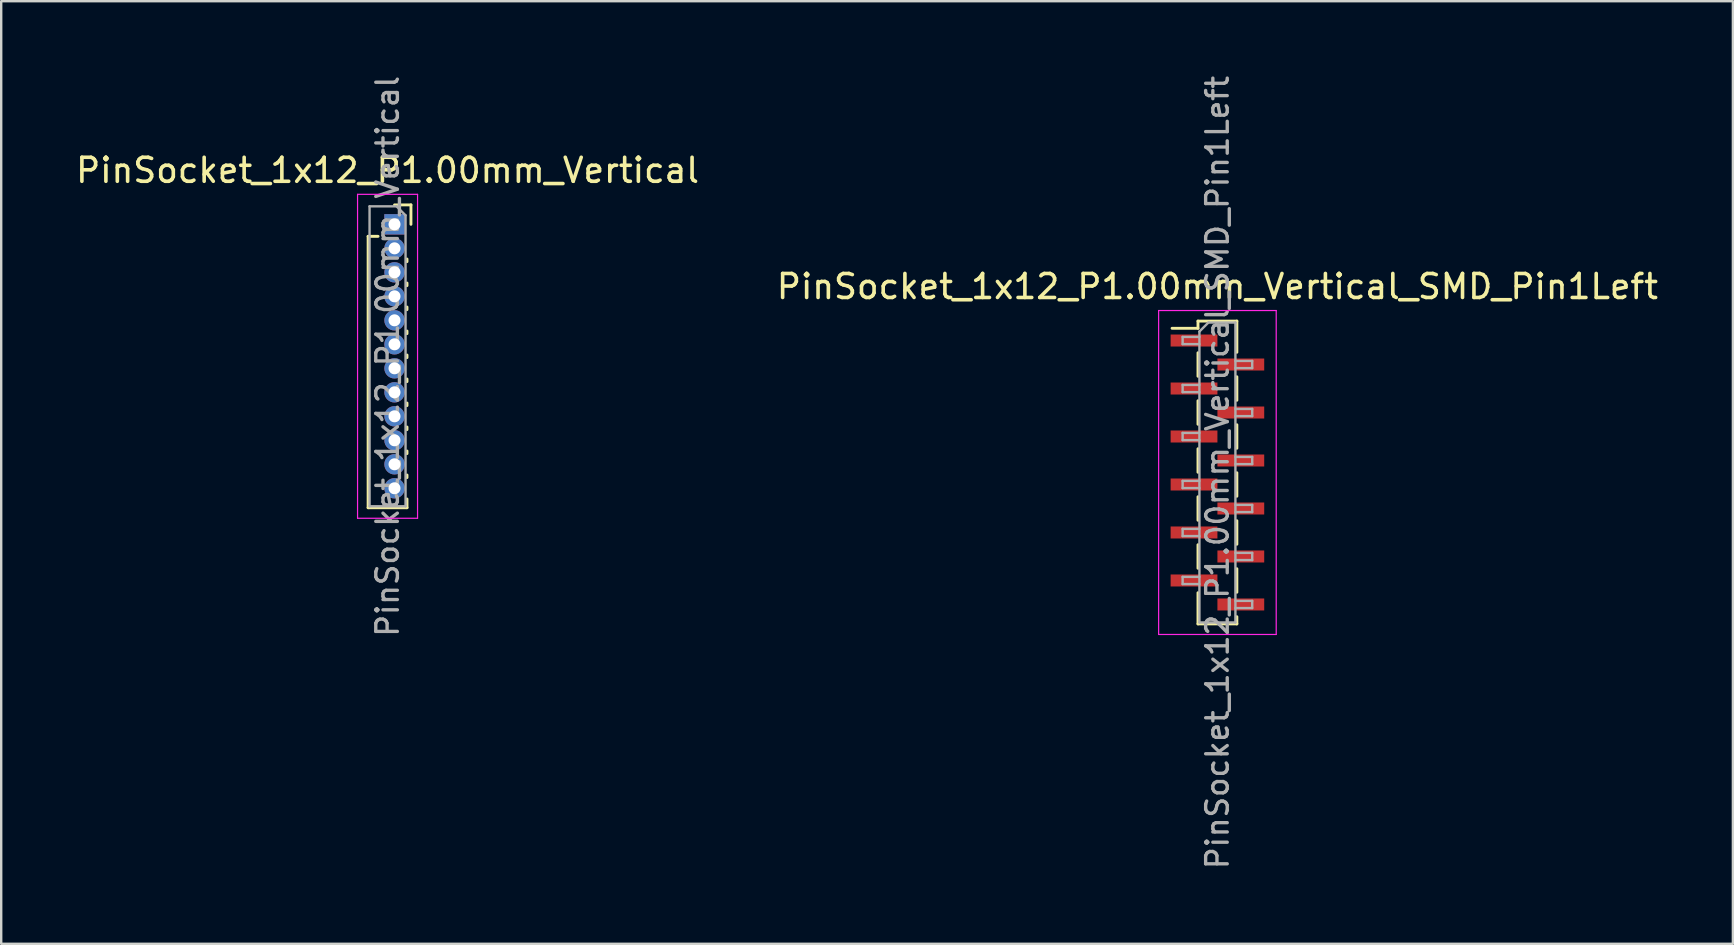
<source format=kicad_pcb>
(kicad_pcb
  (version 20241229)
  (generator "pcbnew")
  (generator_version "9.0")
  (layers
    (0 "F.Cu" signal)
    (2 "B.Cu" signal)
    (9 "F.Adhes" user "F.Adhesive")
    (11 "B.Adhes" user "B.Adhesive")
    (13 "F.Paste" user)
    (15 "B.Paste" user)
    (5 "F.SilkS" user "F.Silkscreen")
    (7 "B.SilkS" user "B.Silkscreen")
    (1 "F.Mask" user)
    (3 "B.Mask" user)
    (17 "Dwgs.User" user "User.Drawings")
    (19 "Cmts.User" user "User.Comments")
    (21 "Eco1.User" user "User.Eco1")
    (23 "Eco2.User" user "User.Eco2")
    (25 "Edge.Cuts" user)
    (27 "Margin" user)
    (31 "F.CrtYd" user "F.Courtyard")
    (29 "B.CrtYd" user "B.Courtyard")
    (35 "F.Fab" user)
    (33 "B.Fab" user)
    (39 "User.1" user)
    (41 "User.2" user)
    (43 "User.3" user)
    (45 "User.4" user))
  (footprint "PinSocket_1x12_P1.00mm_Vertical_SMD_Pin1Left"
    (layer "F.Cu")
    (at 47.685 16.641)
    (property "Reference" "PinSocket_1x12_P1.00mm_Vertical_SMD_Pin1Left" (at 0 -7.75 0) (layer "F.SilkS") (effects (font (size 1 1) (thickness 0.15))))
    (attr smd)
    (fp_line (start -1.89 -6.01) (end -0.81 -6.01) (stroke (width 0.12) (type solid)) (layer "F.SilkS"))
    (fp_line (start -0.81 -6.31) (end -0.81 -6.01) (stroke (width 0.12) (type solid)) (layer "F.SilkS"))
    (fp_line (start -0.81 -6.31) (end 0.81 -6.31) (stroke (width 0.12) (type solid)) (layer "F.SilkS"))
    (fp_line (start -0.81 -4.99) (end -0.81 -4.01) (stroke (width 0.12) (type solid)) (layer "F.SilkS"))
    (fp_line (start -0.81 -2.99) (end -0.81 -2.01) (stroke (width 0.12) (type solid)) (layer "F.SilkS"))
    (fp_line (start -0.81 -0.99) (end -0.81 -0.01) (stroke (width 0.12) (type solid)) (layer "F.SilkS"))
    (fp_line (start -0.81 1.01) (end -0.81 1.99) (stroke (width 0.12) (type solid)) (layer "F.SilkS"))
    (fp_line (start -0.81 3.01) (end -0.81 3.99) (stroke (width 0.12) (type solid)) (layer "F.SilkS"))
    (fp_line (start -0.81 5.01) (end -0.81 6.31) (stroke (width 0.12) (type solid)) (layer "F.SilkS"))
    (fp_line (start -0.81 6.31) (end 0.81 6.31) (stroke (width 0.12) (type solid)) (layer "F.SilkS"))
    (fp_line (start 0.81 -6.31) (end 0.81 -5.01) (stroke (width 0.12) (type solid)) (layer "F.SilkS"))
    (fp_line (start 0.81 -3.99) (end 0.81 -3.01) (stroke (width 0.12) (type solid)) (layer "F.SilkS"))
    (fp_line (start 0.81 -1.99) (end 0.81 -1.01) (stroke (width 0.12) (type solid)) (layer "F.SilkS"))
    (fp_line (start 0.81 0.01) (end 0.81 0.99) (stroke (width 0.12) (type solid)) (layer "F.SilkS"))
    (fp_line (start 0.81 2.01) (end 0.81 2.99) (stroke (width 0.12) (type solid)) (layer "F.SilkS"))
    (fp_line (start 0.81 4.01) (end 0.81 4.99) (stroke (width 0.12) (type solid)) (layer "F.SilkS"))
    (fp_line (start 0.81 6.01) (end 0.81 6.31) (stroke (width 0.12) (type solid)) (layer "F.SilkS"))
    (fp_line (start -2.45 -6.75) (end 2.45 -6.75) (stroke (width 0.05) (type solid)) (layer "F.CrtYd"))
    (fp_line (start -2.45 6.75) (end -2.45 -6.75) (stroke (width 0.05) (type solid)) (layer "F.CrtYd"))
    (fp_line (start 2.45 -6.75) (end 2.45 6.75) (stroke (width 0.05) (type solid)) (layer "F.CrtYd"))
    (fp_line (start 2.45 6.75) (end -2.45 6.75) (stroke (width 0.05) (type solid)) (layer "F.CrtYd"))
    (fp_line (start -1.45 -5.65) (end -0.75 -5.65) (stroke (width 0.1) (type solid)) (layer "F.Fab"))
    (fp_line (start -1.45 -5.35) (end -1.45 -5.65) (stroke (width 0.1) (type solid)) (layer "F.Fab"))
    (fp_line (start -1.45 -3.65) (end -0.75 -3.65) (stroke (width 0.1) (type solid)) (layer "F.Fab"))
    (fp_line (start -1.45 -3.35) (end -1.45 -3.65) (stroke (width 0.1) (type solid)) (layer "F.Fab"))
    (fp_line (start -1.45 -1.65) (end -0.75 -1.65) (stroke (width 0.1) (type solid)) (layer "F.Fab"))
    (fp_line (start -1.45 -1.35) (end -1.45 -1.65) (stroke (width 0.1) (type solid)) (layer "F.Fab"))
    (fp_line (start -1.45 0.35) (end -0.75 0.35) (stroke (width 0.1) (type solid)) (layer "F.Fab"))
    (fp_line (start -1.45 0.65) (end -1.45 0.35) (stroke (width 0.1) (type solid)) (layer "F.Fab"))
    (fp_line (start -1.45 2.35) (end -0.75 2.35) (stroke (width 0.1) (type solid)) (layer "F.Fab"))
    (fp_line (start -1.45 2.65) (end -1.45 2.35) (stroke (width 0.1) (type solid)) (layer "F.Fab"))
    (fp_line (start -1.45 4.35) (end -0.75 4.35) (stroke (width 0.1) (type solid)) (layer "F.Fab"))
    (fp_line (start -1.45 4.65) (end -1.45 4.35) (stroke (width 0.1) (type solid)) (layer "F.Fab"))
    (fp_line (start -0.75 -5.875) (end -0.375 -6.25) (stroke (width 0.1) (type solid)) (layer "F.Fab"))
    (fp_line (start -0.75 -5.35) (end -1.45 -5.35) (stroke (width 0.1) (type solid)) (layer "F.Fab"))
    (fp_line (start -0.75 -3.35) (end -1.45 -3.35) (stroke (width 0.1) (type solid)) (layer "F.Fab"))
    (fp_line (start -0.75 -1.35) (end -1.45 -1.35) (stroke (width 0.1) (type solid)) (layer "F.Fab"))
    (fp_line (start -0.75 0.65) (end -1.45 0.65) (stroke (width 0.1) (type solid)) (layer "F.Fab"))
    (fp_line (start -0.75 2.65) (end -1.45 2.65) (stroke (width 0.1) (type solid)) (layer "F.Fab"))
    (fp_line (start -0.75 4.65) (end -1.45 4.65) (stroke (width 0.1) (type solid)) (layer "F.Fab"))
    (fp_line (start -0.75 6.25) (end -0.75 -5.875) (stroke (width 0.1) (type solid)) (layer "F.Fab"))
    (fp_line (start -0.375 -6.25) (end 0.75 -6.25) (stroke (width 0.1) (type solid)) (layer "F.Fab"))
    (fp_line (start 0.75 -6.25) (end 0.75 6.25) (stroke (width 0.1) (type solid)) (layer "F.Fab"))
    (fp_line (start 0.75 -4.65) (end 1.45 -4.65) (stroke (width 0.1) (type solid)) (layer "F.Fab"))
    (fp_line (start 0.75 -2.65) (end 1.45 -2.65) (stroke (width 0.1) (type solid)) (layer "F.Fab"))
    (fp_line (start 0.75 -0.65) (end 1.45 -0.65) (stroke (width 0.1) (type solid)) (layer "F.Fab"))
    (fp_line (start 0.75 1.35) (end 1.45 1.35) (stroke (width 0.1) (type solid)) (layer "F.Fab"))
    (fp_line (start 0.75 3.35) (end 1.45 3.35) (stroke (width 0.1) (type solid)) (layer "F.Fab"))
    (fp_line (start 0.75 5.35) (end 1.45 5.35) (stroke (width 0.1) (type solid)) (layer "F.Fab"))
    (fp_line (start 0.75 6.25) (end -0.75 6.25) (stroke (width 0.1) (type solid)) (layer "F.Fab"))
    (fp_line (start 1.45 -4.65) (end 1.45 -4.35) (stroke (width 0.1) (type solid)) (layer "F.Fab"))
    (fp_line (start 1.45 -4.35) (end 0.75 -4.35) (stroke (width 0.1) (type solid)) (layer "F.Fab"))
    (fp_line (start 1.45 -2.65) (end 1.45 -2.35) (stroke (width 0.1) (type solid)) (layer "F.Fab"))
    (fp_line (start 1.45 -2.35) (end 0.75 -2.35) (stroke (width 0.1) (type solid)) (layer "F.Fab"))
    (fp_line (start 1.45 -0.65) (end 1.45 -0.35) (stroke (width 0.1) (type solid)) (layer "F.Fab"))
    (fp_line (start 1.45 -0.35) (end 0.75 -0.35) (stroke (width 0.1) (type solid)) (layer "F.Fab"))
    (fp_line (start 1.45 1.35) (end 1.45 1.65) (stroke (width 0.1) (type solid)) (layer "F.Fab"))
    (fp_line (start 1.45 1.65) (end 0.75 1.65) (stroke (width 0.1) (type solid)) (layer "F.Fab"))
    (fp_line (start 1.45 3.35) (end 1.45 3.65) (stroke (width 0.1) (type solid)) (layer "F.Fab"))
    (fp_line (start 1.45 3.65) (end 0.75 3.65) (stroke (width 0.1) (type solid)) (layer "F.Fab"))
    (fp_line (start 1.45 5.35) (end 1.45 5.65) (stroke (width 0.1) (type solid)) (layer "F.Fab"))
    (fp_line (start 1.45 5.65) (end 0.75 5.65) (stroke (width 0.1) (type solid)) (layer "F.Fab"))
    (fp_text user "${REFERENCE}" (at 0 0 90) (layer "F.Fab") (effects (font (size 0.9 0.9) (thickness 0.14))))
    (pad "1" smd rect (at -0.975 -5.5) (size 1.95 0.5) (layers "F.Cu" "F.Mask" "F.Paste"))
    (pad "2" smd rect (at 0.975 -4.5) (size 1.95 0.5) (layers "F.Cu" "F.Mask" "F.Paste"))
    (pad "3" smd rect (at -0.975 -3.5) (size 1.95 0.5) (layers "F.Cu" "F.Mask" "F.Paste"))
    (pad "4" smd rect (at 0.975 -2.5) (size 1.95 0.5) (layers "F.Cu" "F.Mask" "F.Paste"))
    (pad "5" smd rect (at -0.975 -1.5) (size 1.95 0.5) (layers "F.Cu" "F.Mask" "F.Paste"))
    (pad "6" smd rect (at 0.975 -0.5) (size 1.95 0.5) (layers "F.Cu" "F.Mask" "F.Paste"))
    (pad "7" smd rect (at -0.975 0.5) (size 1.95 0.5) (layers "F.Cu" "F.Mask" "F.Paste"))
    (pad "8" smd rect (at 0.975 1.5) (size 1.95 0.5) (layers "F.Cu" "F.Mask" "F.Paste"))
    (pad "9" smd rect (at -0.975 2.5) (size 1.95 0.5) (layers "F.Cu" "F.Mask" "F.Paste"))
    (pad "10" smd rect (at 0.975 3.5) (size 1.95 0.5) (layers "F.Cu" "F.Mask" "F.Paste"))
    (pad "11" smd rect (at -0.975 4.5) (size 1.95 0.5) (layers "F.Cu" "F.Mask" "F.Paste"))
    (pad "12" smd rect (at 0.975 5.5) (size 1.95 0.5) (layers "F.Cu" "F.Mask" "F.Paste")))
  (footprint "PinSocket_1x12_P1.00mm_Vertical"
    (layer "F.Cu")
    (at 13.391 6.299)
    (property "Reference" "PinSocket_1x12_P1.00mm_Vertical" (at -0.29 -2.25 0) (layer "F.SilkS") (effects (font (size 1 1) (thickness 0.15))))
    (attr through_hole)
    (fp_line (start -1.1 0.5) (end -1.1 11.81) (stroke (width 0.12) (type solid)) (layer "F.SilkS"))
    (fp_line (start -1.1 0.5) (end -0.685 0.5) (stroke (width 0.12) (type solid)) (layer "F.SilkS"))
    (fp_line (start -1.1 11.81) (end 0.52 11.81) (stroke (width 0.12) (type solid)) (layer "F.SilkS"))
    (fp_line (start 0 -0.81) (end 0.685 -0.81) (stroke (width 0.12) (type solid)) (layer "F.SilkS"))
    (fp_line (start 0.52 1.446) (end 0.52 1.554) (stroke (width 0.12) (type solid)) (layer "F.SilkS"))
    (fp_line (start 0.52 2.446) (end 0.52 2.554) (stroke (width 0.12) (type solid)) (layer "F.SilkS"))
    (fp_line (start 0.52 3.446) (end 0.52 3.554) (stroke (width 0.12) (type solid)) (layer "F.SilkS"))
    (fp_line (start 0.52 4.446) (end 0.52 4.554) (stroke (width 0.12) (type solid)) (layer "F.SilkS"))
    (fp_line (start 0.52 5.446) (end 0.52 5.554) (stroke (width 0.12) (type solid)) (layer "F.SilkS"))
    (fp_line (start 0.52 6.446) (end 0.52 6.554) (stroke (width 0.12) (type solid)) (layer "F.SilkS"))
    (fp_line (start 0.52 7.446) (end 0.52 7.554) (stroke (width 0.12) (type solid)) (layer "F.SilkS"))
    (fp_line (start 0.52 8.446) (end 0.52 8.554) (stroke (width 0.12) (type solid)) (layer "F.SilkS"))
    (fp_line (start 0.52 9.446) (end 0.52 9.554) (stroke (width 0.12) (type solid)) (layer "F.SilkS"))
    (fp_line (start 0.52 10.446) (end 0.52 10.554) (stroke (width 0.12) (type solid)) (layer "F.SilkS"))
    (fp_line (start 0.52 11.446) (end 0.52 11.81) (stroke (width 0.12) (type solid)) (layer "F.SilkS"))
    (fp_line (start 0.685 -0.81) (end 0.685 0) (stroke (width 0.12) (type solid)) (layer "F.SilkS"))
    (fp_line (start -1.54 -1.25) (end 0.96 -1.25) (stroke (width 0.05) (type solid)) (layer "F.CrtYd"))
    (fp_line (start -1.54 12.25) (end -1.54 -1.25) (stroke (width 0.05) (type solid)) (layer "F.CrtYd"))
    (fp_line (start 0.96 -1.25) (end 0.96 12.25) (stroke (width 0.05) (type solid)) (layer "F.CrtYd"))
    (fp_line (start 0.96 12.25) (end -1.54 12.25) (stroke (width 0.05) (type solid)) (layer "F.CrtYd"))
    (fp_line (start -1.04 -0.75) (end 0.085 -0.75) (stroke (width 0.1) (type solid)) (layer "F.Fab"))
    (fp_line (start -1.04 11.75) (end -1.04 -0.75) (stroke (width 0.1) (type solid)) (layer "F.Fab"))
    (fp_line (start 0.085 -0.75) (end 0.46 -0.375) (stroke (width 0.1) (type solid)) (layer "F.Fab"))
    (fp_line (start 0.46 -0.375) (end 0.46 11.75) (stroke (width 0.1) (type solid)) (layer "F.Fab"))
    (fp_line (start 0.46 11.75) (end -1.04 11.75) (stroke (width 0.1) (type solid)) (layer "F.Fab"))
    (fp_text user "${REFERENCE}" (at -0.29 5.5 90) (layer "F.Fab") (effects (font (size 0.9 0.9) (thickness 0.14))))
    (pad "1" thru_hole rect (at 0 0) (size 0.85 0.85) (drill 0.5) (layers "*.Cu" "*.Mask"))
    (pad "2" thru_hole oval (at 0 1) (size 0.85 0.85) (drill 0.5) (layers "*.Cu" "*.Mask"))
    (pad "3" thru_hole oval (at 0 2) (size 0.85 0.85) (drill 0.5) (layers "*.Cu" "*.Mask"))
    (pad "4" thru_hole oval (at 0 3) (size 0.85 0.85) (drill 0.5) (layers "*.Cu" "*.Mask"))
    (pad "5" thru_hole oval (at 0 4) (size 0.85 0.85) (drill 0.5) (layers "*.Cu" "*.Mask"))
    (pad "6" thru_hole oval (at 0 5) (size 0.85 0.85) (drill 0.5) (layers "*.Cu" "*.Mask"))
    (pad "7" thru_hole oval (at 0 6) (size 0.85 0.85) (drill 0.5) (layers "*.Cu" "*.Mask"))
    (pad "8" thru_hole oval (at 0 7) (size 0.85 0.85) (drill 0.5) (layers "*.Cu" "*.Mask"))
    (pad "9" thru_hole oval (at 0 8) (size 0.85 0.85) (drill 0.5) (layers "*.Cu" "*.Mask"))
    (pad "10" thru_hole oval (at 0 9) (size 0.85 0.85) (drill 0.5) (layers "*.Cu" "*.Mask"))
    (pad "11" thru_hole oval (at 0 10) (size 0.85 0.85) (drill 0.5) (layers "*.Cu" "*.Mask"))
    (pad "12" thru_hole oval (at 0 11) (size 0.85 0.85) (drill 0.5) (layers "*.Cu" "*.Mask")))
  (gr_rect
    (start -3 -3)
    (end 69.167 36.283)
    (stroke (width 0.1) (type default))
    (fill no)
    (layer "Edge.Cuts")))
</source>
